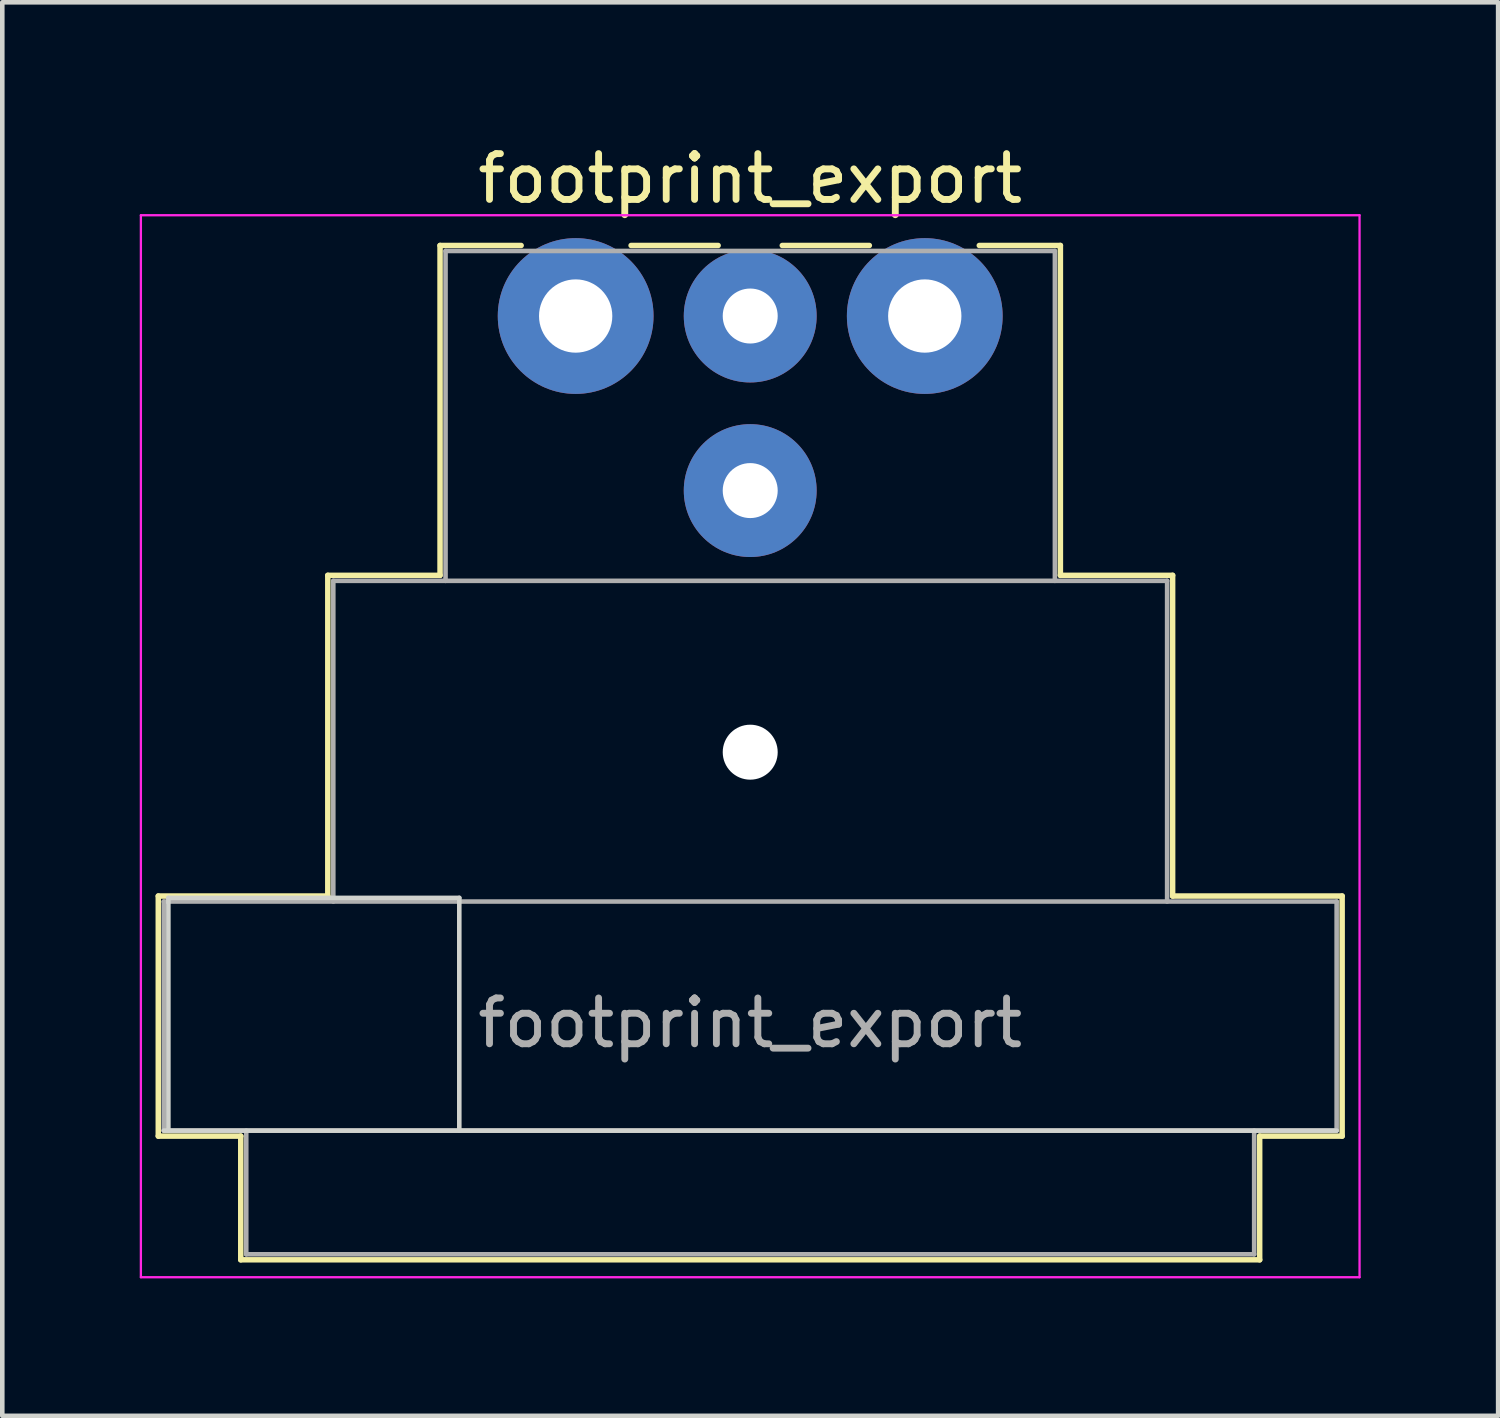
<source format=kicad_pcb>
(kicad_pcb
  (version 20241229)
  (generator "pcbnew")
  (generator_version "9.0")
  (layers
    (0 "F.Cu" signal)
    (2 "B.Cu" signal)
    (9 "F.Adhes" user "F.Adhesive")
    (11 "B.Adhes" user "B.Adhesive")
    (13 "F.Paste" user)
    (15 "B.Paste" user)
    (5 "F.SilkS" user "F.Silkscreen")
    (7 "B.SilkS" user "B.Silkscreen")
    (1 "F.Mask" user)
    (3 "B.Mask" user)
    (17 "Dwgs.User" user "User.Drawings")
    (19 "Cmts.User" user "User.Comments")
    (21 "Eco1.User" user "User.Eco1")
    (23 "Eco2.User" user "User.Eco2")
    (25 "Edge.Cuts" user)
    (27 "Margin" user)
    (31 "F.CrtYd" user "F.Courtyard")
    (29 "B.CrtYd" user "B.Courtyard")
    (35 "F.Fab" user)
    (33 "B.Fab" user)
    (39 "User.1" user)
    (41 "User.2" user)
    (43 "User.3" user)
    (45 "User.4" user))
  (footprint "footprint_export"
    (layer "F.Cu")
    (at 9.515 3.848)
    (property "Reference" "footprint_export" (at 3.81 -3 0) (layer "F.SilkS") (effects (font (size 1 1) (thickness 0.15))))
    (attr through_hole)
    (fp_line (start -9.11 12.66) (end -5.41 12.66) (stroke (width 0.12) (type solid)) (layer "F.SilkS"))
    (fp_line (start -9.11 17.9) (end -9.11 12.66) (stroke (width 0.12) (type solid)) (layer "F.SilkS"))
    (fp_line (start -7.31 17.9) (end -9.11 17.9) (stroke (width 0.12) (type solid)) (layer "F.SilkS"))
    (fp_line (start -7.31 17.9) (end -7.31 20.6) (stroke (width 0.12) (type solid)) (layer "F.SilkS"))
    (fp_line (start -5.41 12.66) (end -5.41 5.66) (stroke (width 0.12) (type solid)) (layer "F.SilkS"))
    (fp_line (start -2.96 5.66) (end -5.41 5.66) (stroke (width 0.12) (type solid)) (layer "F.SilkS"))
    (fp_line (start -2.96 5.66) (end -2.96 -1.54) (stroke (width 0.12) (type solid)) (layer "F.SilkS"))
    (fp_line (start -1.19 -1.54) (end -2.96 -1.54) (stroke (width 0.12) (type solid)) (layer "F.SilkS"))
    (fp_line (start 3.11 -1.54) (end 1.21 -1.54) (stroke (width 0.12) (type solid)) (layer "F.SilkS"))
    (fp_line (start 4.51 -1.54) (end 6.41 -1.54) (stroke (width 0.12) (type solid)) (layer "F.SilkS"))
    (fp_line (start 10.58 -1.54) (end 8.81 -1.54) (stroke (width 0.12) (type solid)) (layer "F.SilkS"))
    (fp_line (start 10.58 5.66) (end 10.58 -1.54) (stroke (width 0.12) (type solid)) (layer "F.SilkS"))
    (fp_line (start 10.58 5.66) (end 13.03 5.66) (stroke (width 0.12) (type solid)) (layer "F.SilkS"))
    (fp_line (start 13.03 12.66) (end 13.03 5.66) (stroke (width 0.12) (type solid)) (layer "F.SilkS"))
    (fp_line (start 13.03 12.66) (end 16.73 12.66) (stroke (width 0.12) (type solid)) (layer "F.SilkS"))
    (fp_line (start 14.93 17.9) (end 14.93 20.6) (stroke (width 0.12) (type solid)) (layer "F.SilkS"))
    (fp_line (start 14.93 20.6) (end -7.31 20.6) (stroke (width 0.12) (type solid)) (layer "F.SilkS"))
    (fp_line (start 16.73 17.9) (end 14.93 17.9) (stroke (width 0.12) (type solid)) (layer "F.SilkS"))
    (fp_line (start 16.73 17.9) (end 16.73 12.66) (stroke (width 0.12) (type solid)) (layer "F.SilkS"))
    (fp_line (start -8.89 12.7) (end -8.89 17.78) (stroke (width 0.1) (type solid)) (layer "Edge.Cuts"))
    (fp_line (start -2.54 12.7) (end -8.89 12.7) (stroke (width 0.1) (type solid)) (layer "Edge.Cuts"))
    (fp_line (start -2.54 17.78) (end -2.54 12.7) (stroke (width 0.1) (type solid)) (layer "Edge.Cuts"))
    (fp_line (start 16.61 17.78) (end -8.99 17.78) (stroke (width 0.1) (type solid)) (layer "Edge.Cuts"))
    (fp_line (start -9.49 20.98) (end -9.49 -2.2) (stroke (width 0.05) (type solid)) (layer "F.CrtYd"))
    (fp_line (start 17.11 -2.2) (end -9.49 -2.2) (stroke (width 0.05) (type solid)) (layer "F.CrtYd"))
    (fp_line (start 17.11 20.98) (end -9.49 20.98) (stroke (width 0.05) (type solid)) (layer "F.CrtYd"))
    (fp_line (start 17.11 20.98) (end 17.11 -2.2) (stroke (width 0.05) (type solid)) (layer "F.CrtYd"))
    (fp_line (start -8.99 12.78) (end 16.61 12.78) (stroke (width 0.1) (type solid)) (layer "F.Fab"))
    (fp_line (start -8.99 17.78) (end -8.99 12.78) (stroke (width 0.1) (type solid)) (layer "F.Fab"))
    (fp_line (start -7.19 20.48) (end -7.19 17.78) (stroke (width 0.1) (type solid)) (layer "F.Fab"))
    (fp_line (start -5.29 5.78) (end -5.29 12.78) (stroke (width 0.1) (type solid)) (layer "F.Fab"))
    (fp_line (start -5.29 5.78) (end 12.91 5.78) (stroke (width 0.1) (type solid)) (layer "F.Fab"))
    (fp_line (start -2.84 5.78) (end -2.84 -1.42) (stroke (width 0.1) (type solid)) (layer "F.Fab"))
    (fp_line (start 10.46 -1.42) (end -2.84 -1.42) (stroke (width 0.1) (type solid)) (layer "F.Fab"))
    (fp_line (start 10.46 5.78) (end 10.46 -1.42) (stroke (width 0.1) (type solid)) (layer "F.Fab"))
    (fp_line (start 12.91 12.78) (end 12.91 5.78) (stroke (width 0.1) (type solid)) (layer "F.Fab"))
    (fp_line (start 14.81 17.78) (end 14.81 20.48) (stroke (width 0.1) (type solid)) (layer "F.Fab"))
    (fp_line (start 14.81 20.48) (end -7.19 20.48) (stroke (width 0.1) (type solid)) (layer "F.Fab"))
    (fp_line (start 16.61 12.78) (end 16.61 17.78) (stroke (width 0.1) (type solid)) (layer "F.Fab"))
    (fp_line (start 16.61 17.78) (end -8.99 17.78) (stroke (width 0.1) (type solid)) (layer "F.Fab"))
    (fp_text user "${REFERENCE}" (at 3.81 15.43 0) (layer "F.Fab") (effects (font (size 1 1) (thickness 0.15))))
    (pad "" np_thru_hole circle (at 3.81 9.52) (size 1.2 1.2) (drill 1.2) (layers "*.Cu" "*.Mask"))
    (pad "1" thru_hole circle (at 0 0) (size 3.4 3.4) (drill 1.6) (layers "*.Cu" "*.Mask"))
    (pad "2" thru_hole circle (at 3.81 0) (size 2.9 2.9) (drill 1.2) (layers "*.Cu" "*.Mask"))
    (pad "3" thru_hole circle (at 7.62 0) (size 3.4 3.4) (drill 1.6) (layers "*.Cu" "*.Mask"))
    (pad "G" thru_hole circle (at 3.81 3.81) (size 2.9 2.9) (drill 1.2) (layers "*.Cu" "*.Mask")))
  (gr_rect
    (start -3 -3)
    (end 29.65 27.853)
    (stroke (width 0.1) (type default))
    (fill no)
    (layer "Edge.Cuts")))
</source>
